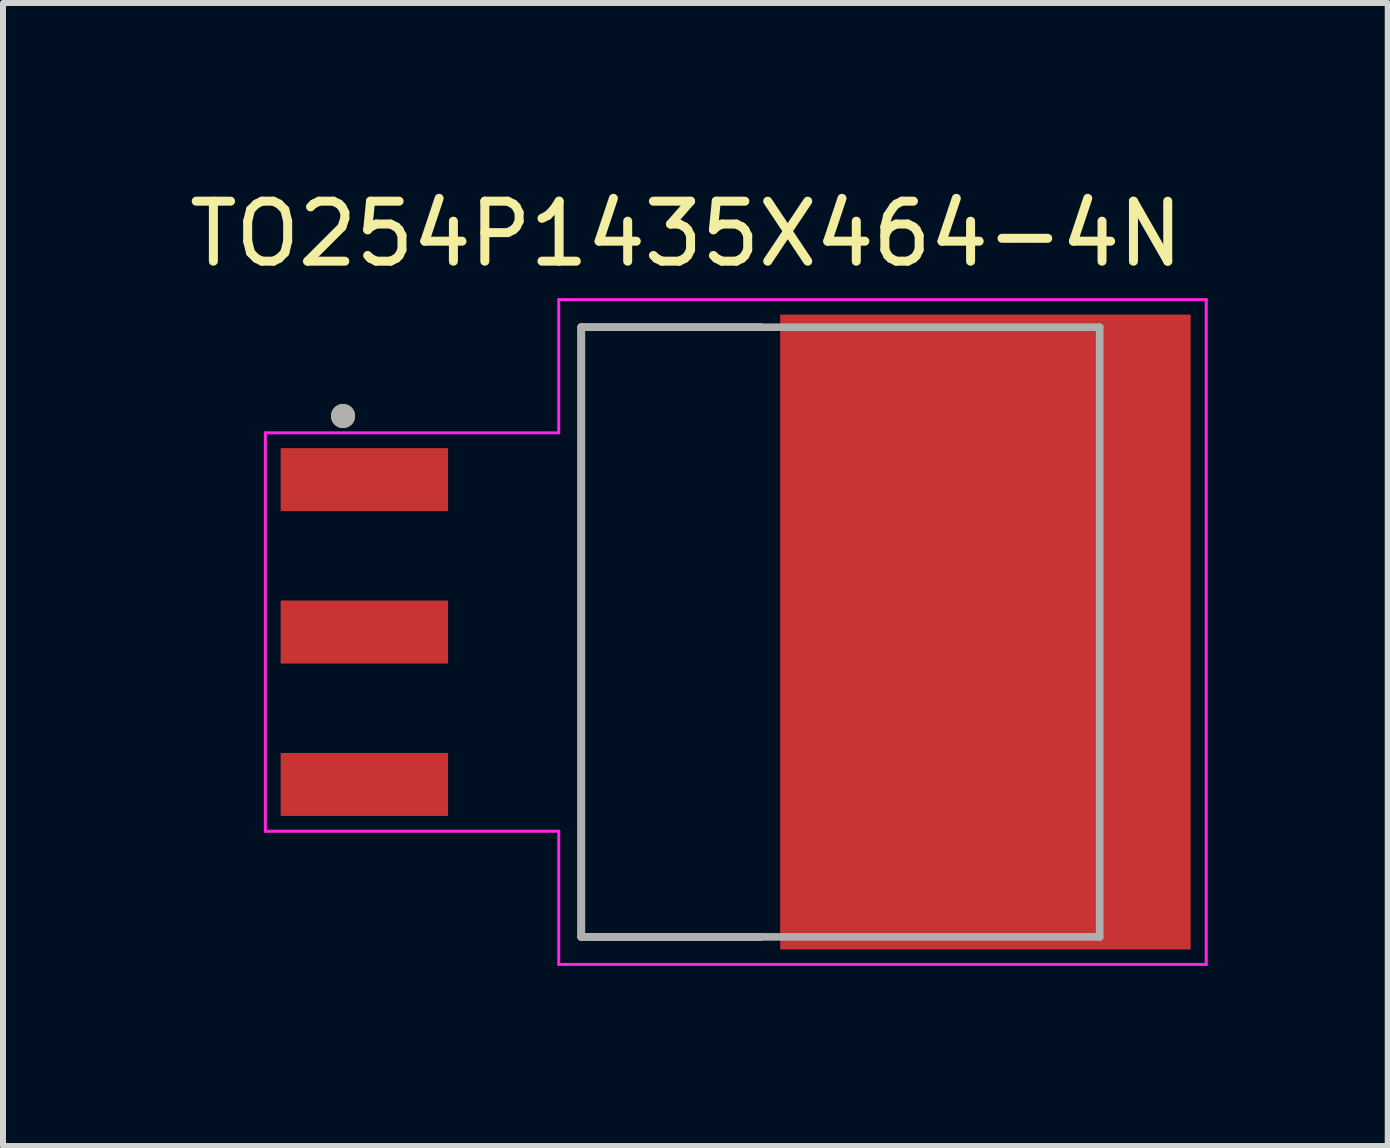
<source format=kicad_pcb>
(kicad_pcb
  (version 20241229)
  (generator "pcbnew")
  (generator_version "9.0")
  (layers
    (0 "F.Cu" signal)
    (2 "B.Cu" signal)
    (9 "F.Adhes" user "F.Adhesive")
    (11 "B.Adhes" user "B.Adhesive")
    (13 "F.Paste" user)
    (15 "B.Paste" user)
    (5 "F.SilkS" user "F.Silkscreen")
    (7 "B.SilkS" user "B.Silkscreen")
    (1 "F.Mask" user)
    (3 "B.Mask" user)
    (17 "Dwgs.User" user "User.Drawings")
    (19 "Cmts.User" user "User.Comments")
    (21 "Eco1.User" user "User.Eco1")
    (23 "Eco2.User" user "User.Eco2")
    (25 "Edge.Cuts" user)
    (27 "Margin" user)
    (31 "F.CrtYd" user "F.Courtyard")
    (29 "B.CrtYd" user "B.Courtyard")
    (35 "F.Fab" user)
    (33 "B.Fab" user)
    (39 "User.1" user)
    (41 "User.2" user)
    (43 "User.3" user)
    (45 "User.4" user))
  (footprint "TO254P1435X464-4N"
    (layer "F.Cu")
    (at 9.212 7.483)
    (property "Reference" "TO254P1435X464-4N" (at -0.825 -6.635 0) (layer "F.SilkS") (effects (font (size 1 1) (thickness 0.15))))
    (attr smd)
    (fp_line (start -2.575 -5.08) (end 0.42 -5.08) (stroke (width 0.127) (type solid)) (layer "F.SilkS"))
    (fp_line (start -2.575 5.08) (end -2.575 -5.08) (stroke (width 0.127) (type solid)) (layer "F.SilkS"))
    (fp_line (start 0.42 5.08) (end -2.575 5.08) (stroke (width 0.127) (type solid)) (layer "F.SilkS"))
    (fp_circle (center -6.545 -3.6) (end -6.445 -3.6) (stroke (width 0.2) (type solid)) (fill no) (layer "F.SilkS"))
    (fp_poly (pts (xy 1.495 -5.03) (xy 3.405 -5.03) (xy 3.405 -3.77) (xy 1.495 -3.77)) (stroke (width 0.01) (type solid)) (fill yes) (layer "F.Paste"))
    (fp_poly (pts (xy 1.495 -3.27) (xy 3.405 -3.27) (xy 3.405 -2.01) (xy 1.495 -2.01)) (stroke (width 0.01) (type solid)) (fill yes) (layer "F.Paste"))
    (fp_poly (pts (xy 1.495 -1.51) (xy 3.405 -1.51) (xy 3.405 -0.25) (xy 1.495 -0.25)) (stroke (width 0.01) (type solid)) (fill yes) (layer "F.Paste"))
    (fp_poly (pts (xy 1.495 0.25) (xy 3.405 0.25) (xy 3.405 1.51) (xy 1.495 1.51)) (stroke (width 0.01) (type solid)) (fill yes) (layer "F.Paste"))
    (fp_poly (pts (xy 1.495 2.01) (xy 3.405 2.01) (xy 3.405 3.27) (xy 1.495 3.27)) (stroke (width 0.01) (type solid)) (fill yes) (layer "F.Paste"))
    (fp_poly (pts (xy 1.495 3.77) (xy 3.405 3.77) (xy 3.405 5.03) (xy 1.495 5.03)) (stroke (width 0.01) (type solid)) (fill yes) (layer "F.Paste"))
    (fp_poly (pts (xy 4.915 -5.03) (xy 6.825 -5.03) (xy 6.825 -3.77) (xy 4.915 -3.77)) (stroke (width 0.01) (type solid)) (fill yes) (layer "F.Paste"))
    (fp_poly (pts (xy 4.915 -3.27) (xy 6.825 -3.27) (xy 6.825 -2.01) (xy 4.915 -2.01)) (stroke (width 0.01) (type solid)) (fill yes) (layer "F.Paste"))
    (fp_poly (pts (xy 4.915 -1.51) (xy 6.825 -1.51) (xy 6.825 -0.25) (xy 4.915 -0.25)) (stroke (width 0.01) (type solid)) (fill yes) (layer "F.Paste"))
    (fp_poly (pts (xy 4.915 0.25) (xy 6.825 0.25) (xy 6.825 1.51) (xy 4.915 1.51)) (stroke (width 0.01) (type solid)) (fill yes) (layer "F.Paste"))
    (fp_poly (pts (xy 4.915 2.01) (xy 6.825 2.01) (xy 6.825 3.27) (xy 4.915 3.27)) (stroke (width 0.01) (type solid)) (fill yes) (layer "F.Paste"))
    (fp_poly (pts (xy 4.915 3.77) (xy 6.825 3.77) (xy 6.825 5.03) (xy 4.915 5.03)) (stroke (width 0.01) (type solid)) (fill yes) (layer "F.Paste"))
    (fp_line (start -7.84 -3.32) (end -2.95 -3.32) (stroke (width 0.05) (type solid)) (layer "F.CrtYd"))
    (fp_line (start -7.84 3.32) (end -7.84 -3.32) (stroke (width 0.05) (type solid)) (layer "F.CrtYd"))
    (fp_line (start -2.95 -5.54) (end 7.84 -5.54) (stroke (width 0.05) (type solid)) (layer "F.CrtYd"))
    (fp_line (start -2.95 -3.32) (end -2.95 -5.54) (stroke (width 0.05) (type solid)) (layer "F.CrtYd"))
    (fp_line (start -2.95 3.32) (end -7.84 3.32) (stroke (width 0.05) (type solid)) (layer "F.CrtYd"))
    (fp_line (start -2.95 5.54) (end -2.95 3.32) (stroke (width 0.05) (type solid)) (layer "F.CrtYd"))
    (fp_line (start 7.84 -5.54) (end 7.84 5.54) (stroke (width 0.05) (type solid)) (layer "F.CrtYd"))
    (fp_line (start 7.84 5.54) (end -2.95 5.54) (stroke (width 0.05) (type solid)) (layer "F.CrtYd"))
    (fp_line (start -2.575 -5.08) (end 6.065 -5.08) (stroke (width 0.127) (type solid)) (layer "F.Fab"))
    (fp_line (start -2.575 5.08) (end -2.575 -5.08) (stroke (width 0.127) (type solid)) (layer "F.Fab"))
    (fp_line (start 6.065 -5.08) (end 6.065 5.08) (stroke (width 0.127) (type solid)) (layer "F.Fab"))
    (fp_line (start 6.065 5.08) (end -2.575 5.08) (stroke (width 0.127) (type solid)) (layer "F.Fab"))
    (fp_circle (center -6.545 -3.6) (end -6.445 -3.6) (stroke (width 0.2) (type solid)) (fill no) (layer "F.Fab"))
    (pad "1" smd rect (at -6.19 -2.54) (size 2.79 1.05) (layers "F.Cu" "F.Mask" "F.Paste"))
    (pad "2" smd rect (at -6.19 0) (size 2.79 1.05) (layers "F.Cu" "F.Mask" "F.Paste"))
    (pad "3" smd rect (at -6.19 2.54) (size 2.79 1.05) (layers "F.Cu" "F.Mask" "F.Paste"))
    (pad "4" smd rect (at 4.16 0) (size 6.84 10.58) (layers "F.Cu" "F.Mask")))
  (gr_rect
    (start -3 -3)
    (end 20.077 16.048)
    (stroke (width 0.1) (type default))
    (fill no)
    (layer "Edge.Cuts")))
</source>
